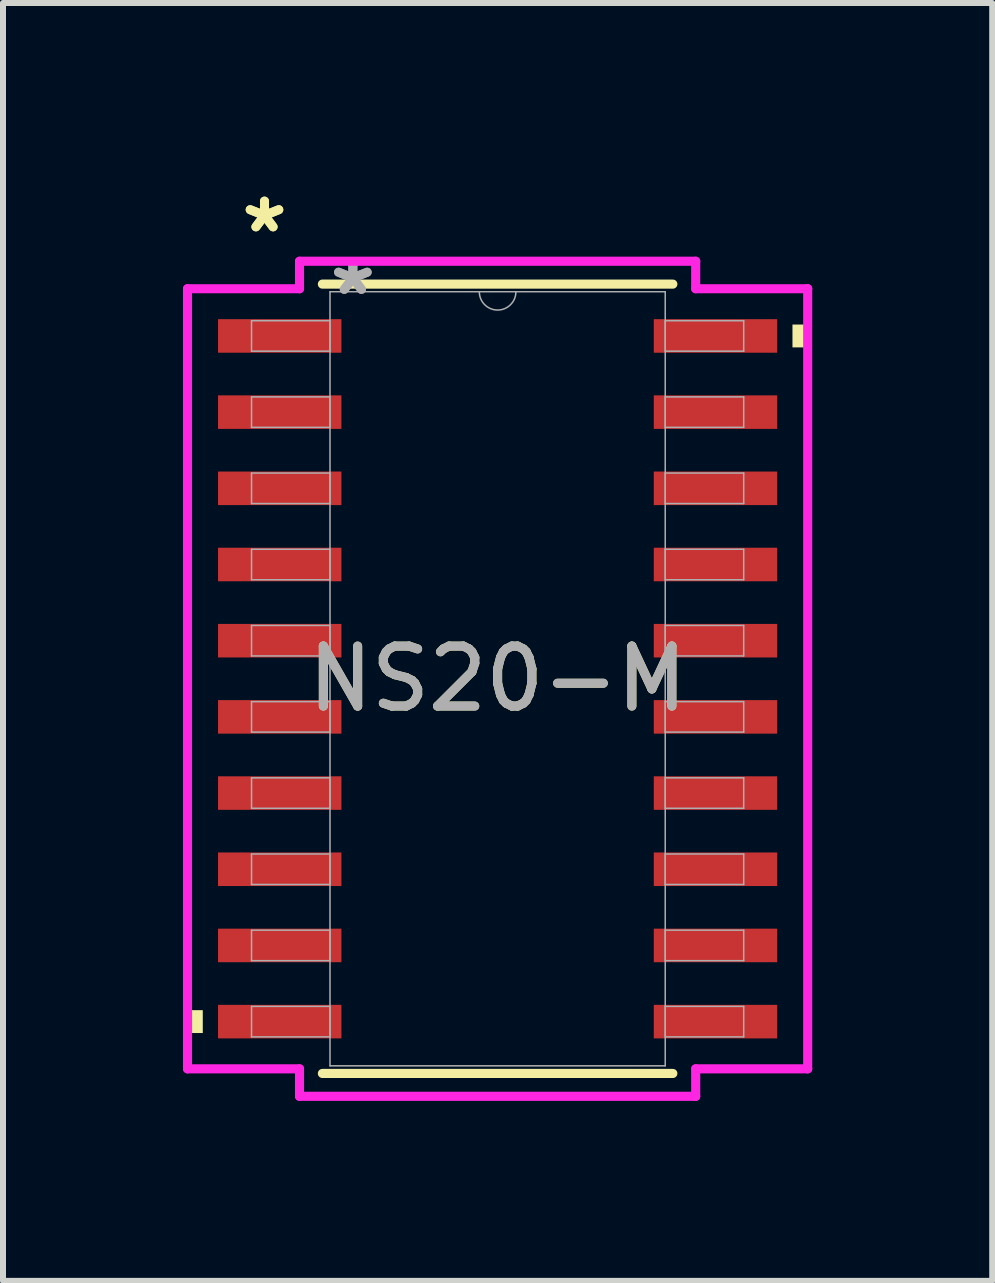
<source format=kicad_pcb>
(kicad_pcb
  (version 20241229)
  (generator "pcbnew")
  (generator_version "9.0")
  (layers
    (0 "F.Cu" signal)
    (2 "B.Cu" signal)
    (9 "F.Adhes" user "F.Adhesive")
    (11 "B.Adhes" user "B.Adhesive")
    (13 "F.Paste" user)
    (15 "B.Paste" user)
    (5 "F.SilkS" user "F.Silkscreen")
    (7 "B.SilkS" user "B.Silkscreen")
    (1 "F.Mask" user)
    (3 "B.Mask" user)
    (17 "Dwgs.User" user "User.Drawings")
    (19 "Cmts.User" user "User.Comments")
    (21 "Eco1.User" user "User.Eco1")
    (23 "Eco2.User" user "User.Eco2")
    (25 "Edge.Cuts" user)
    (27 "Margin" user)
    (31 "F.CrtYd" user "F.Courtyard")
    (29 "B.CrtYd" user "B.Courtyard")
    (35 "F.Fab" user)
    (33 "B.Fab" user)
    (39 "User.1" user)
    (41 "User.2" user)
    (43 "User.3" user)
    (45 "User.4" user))
  (footprint "NS20-M"
    (layer "F.Cu")
    (at 5.245 8.265)
    (property "Reference" "NS20-M" (at 0 0 0) (unlocked yes) (layer "F.SilkS") (effects (font (size 1 1) (thickness 0.15))))
    (attr smd)
    (fp_line (start -2.921 6.579) (end 2.921 6.579) (stroke (width 0.152) (type solid)) (layer "F.SilkS"))
    (fp_line (start 2.921 -6.579) (end -2.921 -6.579) (stroke (width 0.152) (type solid)) (layer "F.SilkS"))
    (fp_poly (pts (xy -5.169 5.524) (xy -5.169 5.905) (xy -4.915 5.905) (xy -4.915 5.524)) (stroke (width 0) (type solid)) (fill yes) (layer "F.SilkS"))
    (fp_poly (pts (xy 5.169 -5.905) (xy 5.169 -5.524) (xy 4.915 -5.524) (xy 4.915 -5.905)) (stroke (width 0) (type solid)) (fill yes) (layer "F.SilkS"))
    (fp_line (start -5.169 -6.502) (end -3.302 -6.502) (stroke (width 0.152) (type solid)) (layer "F.CrtYd"))
    (fp_line (start -5.169 6.502) (end -5.169 -6.502) (stroke (width 0.152) (type solid)) (layer "F.CrtYd"))
    (fp_line (start -5.169 6.502) (end -3.302 6.502) (stroke (width 0.152) (type solid)) (layer "F.CrtYd"))
    (fp_line (start -3.302 -6.96) (end 3.302 -6.96) (stroke (width 0.152) (type solid)) (layer "F.CrtYd"))
    (fp_line (start -3.302 -6.502) (end -3.302 -6.96) (stroke (width 0.152) (type solid)) (layer "F.CrtYd"))
    (fp_line (start -3.302 6.96) (end -3.302 6.502) (stroke (width 0.152) (type solid)) (layer "F.CrtYd"))
    (fp_line (start 3.302 -6.96) (end 3.302 -6.502) (stroke (width 0.152) (type solid)) (layer "F.CrtYd"))
    (fp_line (start 3.302 6.502) (end 3.302 6.96) (stroke (width 0.152) (type solid)) (layer "F.CrtYd"))
    (fp_line (start 3.302 6.96) (end -3.302 6.96) (stroke (width 0.152) (type solid)) (layer "F.CrtYd"))
    (fp_line (start 5.169 -6.502) (end 3.302 -6.502) (stroke (width 0.152) (type solid)) (layer "F.CrtYd"))
    (fp_line (start 5.169 -6.502) (end 5.169 6.502) (stroke (width 0.152) (type solid)) (layer "F.CrtYd"))
    (fp_line (start 5.169 6.502) (end 3.302 6.502) (stroke (width 0.152) (type solid)) (layer "F.CrtYd"))
    (fp_line (start -4.102 -5.969) (end -4.102 -5.461) (stroke (width 0.025) (type solid)) (layer "F.Fab"))
    (fp_line (start -4.102 -5.461) (end -2.794 -5.461) (stroke (width 0.025) (type solid)) (layer "F.Fab"))
    (fp_line (start -4.102 -4.699) (end -4.102 -4.191) (stroke (width 0.025) (type solid)) (layer "F.Fab"))
    (fp_line (start -4.102 -4.191) (end -2.794 -4.191) (stroke (width 0.025) (type solid)) (layer "F.Fab"))
    (fp_line (start -4.102 -3.429) (end -4.102 -2.921) (stroke (width 0.025) (type solid)) (layer "F.Fab"))
    (fp_line (start -4.102 -2.921) (end -2.794 -2.921) (stroke (width 0.025) (type solid)) (layer "F.Fab"))
    (fp_line (start -4.102 -2.159) (end -4.102 -1.651) (stroke (width 0.025) (type solid)) (layer "F.Fab"))
    (fp_line (start -4.102 -1.651) (end -2.794 -1.651) (stroke (width 0.025) (type solid)) (layer "F.Fab"))
    (fp_line (start -4.102 -0.889) (end -4.102 -0.381) (stroke (width 0.025) (type solid)) (layer "F.Fab"))
    (fp_line (start -4.102 -0.381) (end -2.794 -0.381) (stroke (width 0.025) (type solid)) (layer "F.Fab"))
    (fp_line (start -4.102 0.381) (end -4.102 0.889) (stroke (width 0.025) (type solid)) (layer "F.Fab"))
    (fp_line (start -4.102 0.889) (end -2.794 0.889) (stroke (width 0.025) (type solid)) (layer "F.Fab"))
    (fp_line (start -4.102 1.651) (end -4.102 2.159) (stroke (width 0.025) (type solid)) (layer "F.Fab"))
    (fp_line (start -4.102 2.159) (end -2.794 2.159) (stroke (width 0.025) (type solid)) (layer "F.Fab"))
    (fp_line (start -4.102 2.921) (end -4.102 3.429) (stroke (width 0.025) (type solid)) (layer "F.Fab"))
    (fp_line (start -4.102 3.429) (end -2.794 3.429) (stroke (width 0.025) (type solid)) (layer "F.Fab"))
    (fp_line (start -4.102 4.191) (end -4.102 4.699) (stroke (width 0.025) (type solid)) (layer "F.Fab"))
    (fp_line (start -4.102 4.699) (end -2.794 4.699) (stroke (width 0.025) (type solid)) (layer "F.Fab"))
    (fp_line (start -4.102 5.461) (end -4.102 5.969) (stroke (width 0.025) (type solid)) (layer "F.Fab"))
    (fp_line (start -4.102 5.969) (end -2.794 5.969) (stroke (width 0.025) (type solid)) (layer "F.Fab"))
    (fp_line (start -2.794 -6.452) (end -2.794 6.452) (stroke (width 0.025) (type solid)) (layer "F.Fab"))
    (fp_line (start -2.794 -5.969) (end -4.102 -5.969) (stroke (width 0.025) (type solid)) (layer "F.Fab"))
    (fp_line (start -2.794 -5.461) (end -2.794 -5.969) (stroke (width 0.025) (type solid)) (layer "F.Fab"))
    (fp_line (start -2.794 -4.699) (end -4.102 -4.699) (stroke (width 0.025) (type solid)) (layer "F.Fab"))
    (fp_line (start -2.794 -4.191) (end -2.794 -4.699) (stroke (width 0.025) (type solid)) (layer "F.Fab"))
    (fp_line (start -2.794 -3.429) (end -4.102 -3.429) (stroke (width 0.025) (type solid)) (layer "F.Fab"))
    (fp_line (start -2.794 -2.921) (end -2.794 -3.429) (stroke (width 0.025) (type solid)) (layer "F.Fab"))
    (fp_line (start -2.794 -2.159) (end -4.102 -2.159) (stroke (width 0.025) (type solid)) (layer "F.Fab"))
    (fp_line (start -2.794 -1.651) (end -2.794 -2.159) (stroke (width 0.025) (type solid)) (layer "F.Fab"))
    (fp_line (start -2.794 -0.889) (end -4.102 -0.889) (stroke (width 0.025) (type solid)) (layer "F.Fab"))
    (fp_line (start -2.794 -0.381) (end -2.794 -0.889) (stroke (width 0.025) (type solid)) (layer "F.Fab"))
    (fp_line (start -2.794 0.381) (end -4.102 0.381) (stroke (width 0.025) (type solid)) (layer "F.Fab"))
    (fp_line (start -2.794 0.889) (end -2.794 0.381) (stroke (width 0.025) (type solid)) (layer "F.Fab"))
    (fp_line (start -2.794 1.651) (end -4.102 1.651) (stroke (width 0.025) (type solid)) (layer "F.Fab"))
    (fp_line (start -2.794 2.159) (end -2.794 1.651) (stroke (width 0.025) (type solid)) (layer "F.Fab"))
    (fp_line (start -2.794 2.921) (end -4.102 2.921) (stroke (width 0.025) (type solid)) (layer "F.Fab"))
    (fp_line (start -2.794 3.429) (end -2.794 2.921) (stroke (width 0.025) (type solid)) (layer "F.Fab"))
    (fp_line (start -2.794 4.191) (end -4.102 4.191) (stroke (width 0.025) (type solid)) (layer "F.Fab"))
    (fp_line (start -2.794 4.699) (end -2.794 4.191) (stroke (width 0.025) (type solid)) (layer "F.Fab"))
    (fp_line (start -2.794 5.461) (end -4.102 5.461) (stroke (width 0.025) (type solid)) (layer "F.Fab"))
    (fp_line (start -2.794 5.969) (end -2.794 5.461) (stroke (width 0.025) (type solid)) (layer "F.Fab"))
    (fp_line (start -2.794 6.452) (end 2.794 6.452) (stroke (width 0.025) (type solid)) (layer "F.Fab"))
    (fp_line (start 2.794 -6.452) (end -2.794 -6.452) (stroke (width 0.025) (type solid)) (layer "F.Fab"))
    (fp_line (start 2.794 -5.969) (end 2.794 -5.461) (stroke (width 0.025) (type solid)) (layer "F.Fab"))
    (fp_line (start 2.794 -5.461) (end 4.102 -5.461) (stroke (width 0.025) (type solid)) (layer "F.Fab"))
    (fp_line (start 2.794 -4.699) (end 2.794 -4.191) (stroke (width 0.025) (type solid)) (layer "F.Fab"))
    (fp_line (start 2.794 -4.191) (end 4.102 -4.191) (stroke (width 0.025) (type solid)) (layer "F.Fab"))
    (fp_line (start 2.794 -3.429) (end 2.794 -2.921) (stroke (width 0.025) (type solid)) (layer "F.Fab"))
    (fp_line (start 2.794 -2.921) (end 4.102 -2.921) (stroke (width 0.025) (type solid)) (layer "F.Fab"))
    (fp_line (start 2.794 -2.159) (end 2.794 -1.651) (stroke (width 0.025) (type solid)) (layer "F.Fab"))
    (fp_line (start 2.794 -1.651) (end 4.102 -1.651) (stroke (width 0.025) (type solid)) (layer "F.Fab"))
    (fp_line (start 2.794 -0.889) (end 2.794 -0.381) (stroke (width 0.025) (type solid)) (layer "F.Fab"))
    (fp_line (start 2.794 -0.381) (end 4.102 -0.381) (stroke (width 0.025) (type solid)) (layer "F.Fab"))
    (fp_line (start 2.794 0.381) (end 2.794 0.889) (stroke (width 0.025) (type solid)) (layer "F.Fab"))
    (fp_line (start 2.794 0.889) (end 4.102 0.889) (stroke (width 0.025) (type solid)) (layer "F.Fab"))
    (fp_line (start 2.794 1.651) (end 2.794 2.159) (stroke (width 0.025) (type solid)) (layer "F.Fab"))
    (fp_line (start 2.794 2.159) (end 4.102 2.159) (stroke (width 0.025) (type solid)) (layer "F.Fab"))
    (fp_line (start 2.794 2.921) (end 2.794 3.429) (stroke (width 0.025) (type solid)) (layer "F.Fab"))
    (fp_line (start 2.794 3.429) (end 4.102 3.429) (stroke (width 0.025) (type solid)) (layer "F.Fab"))
    (fp_line (start 2.794 4.191) (end 2.794 4.699) (stroke (width 0.025) (type solid)) (layer "F.Fab"))
    (fp_line (start 2.794 4.699) (end 4.102 4.699) (stroke (width 0.025) (type solid)) (layer "F.Fab"))
    (fp_line (start 2.794 5.461) (end 2.794 5.969) (stroke (width 0.025) (type solid)) (layer "F.Fab"))
    (fp_line (start 2.794 5.969) (end 4.102 5.969) (stroke (width 0.025) (type solid)) (layer "F.Fab"))
    (fp_line (start 2.794 6.452) (end 2.794 -6.452) (stroke (width 0.025) (type solid)) (layer "F.Fab"))
    (fp_line (start 4.102 -5.969) (end 2.794 -5.969) (stroke (width 0.025) (type solid)) (layer "F.Fab"))
    (fp_line (start 4.102 -5.461) (end 4.102 -5.969) (stroke (width 0.025) (type solid)) (layer "F.Fab"))
    (fp_line (start 4.102 -4.699) (end 2.794 -4.699) (stroke (width 0.025) (type solid)) (layer "F.Fab"))
    (fp_line (start 4.102 -4.191) (end 4.102 -4.699) (stroke (width 0.025) (type solid)) (layer "F.Fab"))
    (fp_line (start 4.102 -3.429) (end 2.794 -3.429) (stroke (width 0.025) (type solid)) (layer "F.Fab"))
    (fp_line (start 4.102 -2.921) (end 4.102 -3.429) (stroke (width 0.025) (type solid)) (layer "F.Fab"))
    (fp_line (start 4.102 -2.159) (end 2.794 -2.159) (stroke (width 0.025) (type solid)) (layer "F.Fab"))
    (fp_line (start 4.102 -1.651) (end 4.102 -2.159) (stroke (width 0.025) (type solid)) (layer "F.Fab"))
    (fp_line (start 4.102 -0.889) (end 2.794 -0.889) (stroke (width 0.025) (type solid)) (layer "F.Fab"))
    (fp_line (start 4.102 -0.381) (end 4.102 -0.889) (stroke (width 0.025) (type solid)) (layer "F.Fab"))
    (fp_line (start 4.102 0.381) (end 2.794 0.381) (stroke (width 0.025) (type solid)) (layer "F.Fab"))
    (fp_line (start 4.102 0.889) (end 4.102 0.381) (stroke (width 0.025) (type solid)) (layer "F.Fab"))
    (fp_line (start 4.102 1.651) (end 2.794 1.651) (stroke (width 0.025) (type solid)) (layer "F.Fab"))
    (fp_line (start 4.102 2.159) (end 4.102 1.651) (stroke (width 0.025) (type solid)) (layer "F.Fab"))
    (fp_line (start 4.102 2.921) (end 2.794 2.921) (stroke (width 0.025) (type solid)) (layer "F.Fab"))
    (fp_line (start 4.102 3.429) (end 4.102 2.921) (stroke (width 0.025) (type solid)) (layer "F.Fab"))
    (fp_line (start 4.102 4.191) (end 2.794 4.191) (stroke (width 0.025) (type solid)) (layer "F.Fab"))
    (fp_line (start 4.102 4.699) (end 4.102 4.191) (stroke (width 0.025) (type solid)) (layer "F.Fab"))
    (fp_line (start 4.102 5.461) (end 2.794 5.461) (stroke (width 0.025) (type solid)) (layer "F.Fab"))
    (fp_line (start 4.102 5.969) (end 4.102 5.461) (stroke (width 0.025) (type solid)) (layer "F.Fab"))
    (fp_arc (start 0.3048 -6.4516) (mid 0 -6.1468) (end -0.3048 -6.4516) (stroke (width 0.0254) (type solid)) (layer "F.Fab"))
    (fp_text user "*" (at -3.886 -7.417 0) (layer "F.SilkS") (effects (font (size 1 1) (thickness 0.15))))
    (fp_text user "*" (at -3.886 -7.417 0) (unlocked yes) (layer "F.SilkS") (effects (font (size 1 1) (thickness 0.15))))
    (fp_text user "*" (at -2.413 -6.375 0) (unlocked yes) (layer "F.Fab") (effects (font (size 1 1) (thickness 0.15))))
    (fp_text user "*" (at -2.413 -6.375 0) (layer "F.Fab") (effects (font (size 1 1) (thickness 0.15))))
    (fp_text user "${REFERENCE}" (at 0 0 0) (unlocked yes) (layer "F.Fab") (effects (font (size 1 1) (thickness 0.15))))
    (pad "1" smd rect (at -3.632 -5.715) (size 2.057 0.559) (layers "F.Cu" "F.Mask" "F.Paste"))
    (pad "2" smd rect (at -3.632 -4.445) (size 2.057 0.559) (layers "F.Cu" "F.Mask" "F.Paste"))
    (pad "3" smd rect (at -3.632 -3.175) (size 2.057 0.559) (layers "F.Cu" "F.Mask" "F.Paste"))
    (pad "4" smd rect (at -3.632 -1.905) (size 2.057 0.559) (layers "F.Cu" "F.Mask" "F.Paste"))
    (pad "5" smd rect (at -3.632 -0.635) (size 2.057 0.559) (layers "F.Cu" "F.Mask" "F.Paste"))
    (pad "6" smd rect (at -3.632 0.635) (size 2.057 0.559) (layers "F.Cu" "F.Mask" "F.Paste"))
    (pad "7" smd rect (at -3.632 1.905) (size 2.057 0.559) (layers "F.Cu" "F.Mask" "F.Paste"))
    (pad "8" smd rect (at -3.632 3.175) (size 2.057 0.559) (layers "F.Cu" "F.Mask" "F.Paste"))
    (pad "9" smd rect (at -3.632 4.445) (size 2.057 0.559) (layers "F.Cu" "F.Mask" "F.Paste"))
    (pad "10" smd rect (at -3.632 5.715) (size 2.057 0.559) (layers "F.Cu" "F.Mask" "F.Paste"))
    (pad "11" smd rect (at 3.632 5.715) (size 2.057 0.559) (layers "F.Cu" "F.Mask" "F.Paste"))
    (pad "12" smd rect (at 3.632 4.445) (size 2.057 0.559) (layers "F.Cu" "F.Mask" "F.Paste"))
    (pad "13" smd rect (at 3.632 3.175) (size 2.057 0.559) (layers "F.Cu" "F.Mask" "F.Paste"))
    (pad "14" smd rect (at 3.632 1.905) (size 2.057 0.559) (layers "F.Cu" "F.Mask" "F.Paste"))
    (pad "15" smd rect (at 3.632 0.635) (size 2.057 0.559) (layers "F.Cu" "F.Mask" "F.Paste"))
    (pad "16" smd rect (at 3.632 -0.635) (size 2.057 0.559) (layers "F.Cu" "F.Mask" "F.Paste"))
    (pad "17" smd rect (at 3.632 -1.905) (size 2.057 0.559) (layers "F.Cu" "F.Mask" "F.Paste"))
    (pad "18" smd rect (at 3.632 -3.175) (size 2.057 0.559) (layers "F.Cu" "F.Mask" "F.Paste"))
    (pad "19" smd rect (at 3.632 -4.445) (size 2.057 0.559) (layers "F.Cu" "F.Mask" "F.Paste"))
    (pad "20" smd rect (at 3.632 -5.715) (size 2.057 0.559) (layers "F.Cu" "F.Mask" "F.Paste")))
  (gr_rect
    (start -3 -3)
    (end 13.49 18.301)
    (stroke (width 0.1) (type default))
    (fill no)
    (layer "Edge.Cuts")))
</source>
